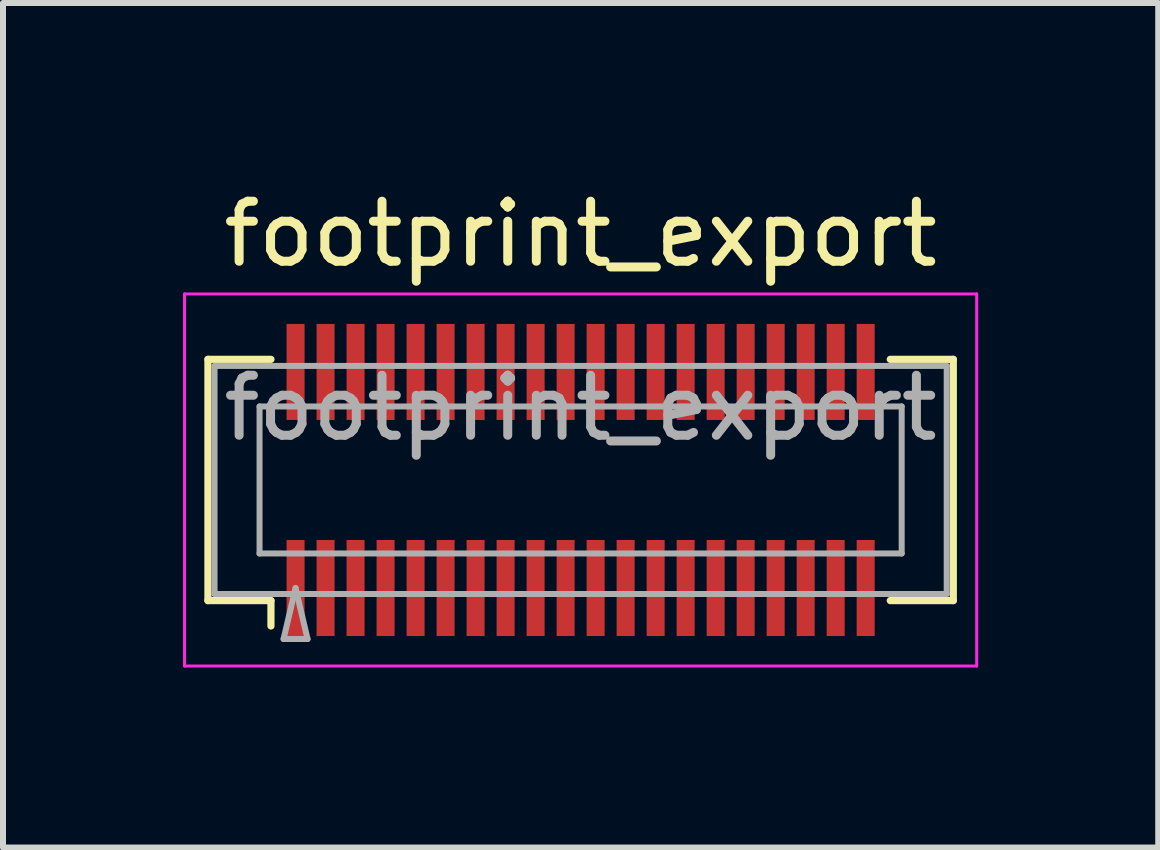
<source format=kicad_pcb>
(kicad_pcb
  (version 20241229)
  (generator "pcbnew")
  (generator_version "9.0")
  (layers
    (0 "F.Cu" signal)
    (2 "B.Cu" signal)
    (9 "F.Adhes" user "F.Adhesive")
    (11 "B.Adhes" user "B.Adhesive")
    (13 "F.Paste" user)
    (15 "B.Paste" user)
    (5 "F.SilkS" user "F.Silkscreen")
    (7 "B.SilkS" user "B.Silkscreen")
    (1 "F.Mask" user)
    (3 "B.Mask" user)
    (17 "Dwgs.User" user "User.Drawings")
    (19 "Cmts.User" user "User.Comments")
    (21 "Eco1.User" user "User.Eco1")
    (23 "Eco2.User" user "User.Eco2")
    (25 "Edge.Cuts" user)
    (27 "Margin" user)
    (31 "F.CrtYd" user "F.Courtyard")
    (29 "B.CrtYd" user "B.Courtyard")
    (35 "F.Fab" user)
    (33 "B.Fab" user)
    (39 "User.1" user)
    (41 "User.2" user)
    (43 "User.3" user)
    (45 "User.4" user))
  (footprint "footprint_export"
    (layer "F.Cu")
    (at 6.625 4.948)
    (property "Reference" "footprint_export" (at 0 -4.1 0) (layer "F.SilkS") (effects (font (size 1 1) (thickness 0.15))))
    (attr smd)
    (fp_line (start -6.21 -2.01) (end -5.16 -2.01) (stroke (width 0.12) (type solid)) (layer "F.SilkS"))
    (fp_line (start -6.21 2.01) (end -6.21 -2.01) (stroke (width 0.12) (type solid)) (layer "F.SilkS"))
    (fp_line (start -5.16 2.01) (end -6.21 2.01) (stroke (width 0.12) (type solid)) (layer "F.SilkS"))
    (fp_line (start -5.16 2.433) (end -5.16 2.01) (stroke (width 0.12) (type solid)) (layer "F.SilkS"))
    (fp_line (start 5.16 2.01) (end 6.21 2.01) (stroke (width 0.12) (type solid)) (layer "F.SilkS"))
    (fp_line (start 6.21 -2.01) (end 5.16 -2.01) (stroke (width 0.12) (type solid)) (layer "F.SilkS"))
    (fp_line (start 6.21 2.01) (end 6.21 -2.01) (stroke (width 0.12) (type solid)) (layer "F.SilkS"))
    (fp_line (start -6.6 -3.1) (end -6.6 3.1) (stroke (width 0.05) (type solid)) (layer "F.CrtYd"))
    (fp_line (start -6.6 3.1) (end 6.6 3.1) (stroke (width 0.05) (type solid)) (layer "F.CrtYd"))
    (fp_line (start 6.6 -3.1) (end -6.6 -3.1) (stroke (width 0.05) (type solid)) (layer "F.CrtYd"))
    (fp_line (start 6.6 3.1) (end 6.6 -3.1) (stroke (width 0.05) (type solid)) (layer "F.CrtYd"))
    (fp_line (start -6.1 -1.9) (end 6.1 -1.9) (stroke (width 0.1) (type solid)) (layer "F.Fab"))
    (fp_line (start -6.1 1.9) (end -6.1 -1.9) (stroke (width 0.1) (type solid)) (layer "F.Fab"))
    (fp_line (start -5.35 -1.225) (end 5.35 -1.225) (stroke (width 0.1) (type solid)) (layer "F.Fab"))
    (fp_line (start -5.35 1.225) (end -5.35 -1.225) (stroke (width 0.1) (type solid)) (layer "F.Fab"))
    (fp_line (start -4.95 2.65) (end -4.75 1.8) (stroke (width 0.1) (type solid)) (layer "F.Fab"))
    (fp_line (start -4.75 1.8) (end -4.55 2.65) (stroke (width 0.1) (type solid)) (layer "F.Fab"))
    (fp_line (start -4.55 2.65) (end -4.95 2.65) (stroke (width 0.1) (type solid)) (layer "F.Fab"))
    (fp_line (start 5.35 -1.225) (end 5.35 1.225) (stroke (width 0.1) (type solid)) (layer "F.Fab"))
    (fp_line (start 5.35 1.225) (end -5.35 1.225) (stroke (width 0.1) (type solid)) (layer "F.Fab"))
    (fp_line (start 6.1 -1.9) (end 6.1 1.9) (stroke (width 0.1) (type solid)) (layer "F.Fab"))
    (fp_line (start 6.1 1.9) (end -6.1 1.9) (stroke (width 0.1) (type solid)) (layer "F.Fab"))
    (fp_text user "${REFERENCE}" (at 0 -1.2 0) (layer "F.Fab") (effects (font (size 1 1) (thickness 0.15))))
    (pad "" smd rect (at -4.75 -2) (size 0.28 1.2) (layers "F.Paste"))
    (pad "" smd rect (at -4.75 2) (size 0.28 1.2) (layers "F.Paste"))
    (pad "" smd rect (at -4.25 -2) (size 0.28 1.2) (layers "F.Paste"))
    (pad "" smd rect (at -4.25 2) (size 0.28 1.2) (layers "F.Paste"))
    (pad "" smd rect (at -3.75 -2) (size 0.28 1.2) (layers "F.Paste"))
    (pad "" smd rect (at -3.75 2) (size 0.28 1.2) (layers "F.Paste"))
    (pad "" smd rect (at -3.25 -2) (size 0.28 1.2) (layers "F.Paste"))
    (pad "" smd rect (at -3.25 2) (size 0.28 1.2) (layers "F.Paste"))
    (pad "" smd rect (at -2.75 -2) (size 0.28 1.2) (layers "F.Paste"))
    (pad "" smd rect (at -2.75 2) (size 0.28 1.2) (layers "F.Paste"))
    (pad "" smd rect (at -2.25 -2) (size 0.28 1.2) (layers "F.Paste"))
    (pad "" smd rect (at -2.25 2) (size 0.28 1.2) (layers "F.Paste"))
    (pad "" smd rect (at -1.75 -2) (size 0.28 1.2) (layers "F.Paste"))
    (pad "" smd rect (at -1.75 2) (size 0.28 1.2) (layers "F.Paste"))
    (pad "" smd rect (at -1.25 -2) (size 0.28 1.2) (layers "F.Paste"))
    (pad "" smd rect (at -1.25 2) (size 0.28 1.2) (layers "F.Paste"))
    (pad "" smd rect (at -0.75 -2) (size 0.28 1.2) (layers "F.Paste"))
    (pad "" smd rect (at -0.75 2) (size 0.28 1.2) (layers "F.Paste"))
    (pad "" smd rect (at -0.25 -2) (size 0.28 1.2) (layers "F.Paste"))
    (pad "" smd rect (at -0.25 2) (size 0.28 1.2) (layers "F.Paste"))
    (pad "" smd rect (at 0.25 -2) (size 0.28 1.2) (layers "F.Paste"))
    (pad "" smd rect (at 0.25 2) (size 0.28 1.2) (layers "F.Paste"))
    (pad "" smd rect (at 0.75 -2) (size 0.28 1.2) (layers "F.Paste"))
    (pad "" smd rect (at 0.75 2) (size 0.28 1.2) (layers "F.Paste"))
    (pad "" smd rect (at 1.25 -2) (size 0.28 1.2) (layers "F.Paste"))
    (pad "" smd rect (at 1.25 2) (size 0.28 1.2) (layers "F.Paste"))
    (pad "" smd rect (at 1.75 -2) (size 0.28 1.2) (layers "F.Paste"))
    (pad "" smd rect (at 1.75 2) (size 0.28 1.2) (layers "F.Paste"))
    (pad "" smd rect (at 2.25 -2) (size 0.28 1.2) (layers "F.Paste"))
    (pad "" smd rect (at 2.25 2) (size 0.28 1.2) (layers "F.Paste"))
    (pad "" smd rect (at 2.75 -2) (size 0.28 1.2) (layers "F.Paste"))
    (pad "" smd rect (at 2.75 2) (size 0.28 1.2) (layers "F.Paste"))
    (pad "" smd rect (at 3.25 -2) (size 0.28 1.2) (layers "F.Paste"))
    (pad "" smd rect (at 3.25 2) (size 0.28 1.2) (layers "F.Paste"))
    (pad "" smd rect (at 3.75 -2) (size 0.28 1.2) (layers "F.Paste"))
    (pad "" smd rect (at 3.75 2) (size 0.28 1.2) (layers "F.Paste"))
    (pad "" smd rect (at 4.25 -2) (size 0.28 1.2) (layers "F.Paste"))
    (pad "" smd rect (at 4.25 2) (size 0.28 1.2) (layers "F.Paste"))
    (pad "" smd rect (at 4.75 -2) (size 0.28 1.2) (layers "F.Paste"))
    (pad "" smd rect (at 4.75 2) (size 0.28 1.2) (layers "F.Paste"))
    (pad "1" smd rect (at -4.75 1.8) (size 0.3 1.6) (layers "F.Cu" "F.Mask"))
    (pad "2" smd rect (at -4.25 1.8) (size 0.3 1.6) (layers "F.Cu" "F.Mask"))
    (pad "3" smd rect (at -3.75 1.8) (size 0.3 1.6) (layers "F.Cu" "F.Mask"))
    (pad "4" smd rect (at -3.25 1.8) (size 0.3 1.6) (layers "F.Cu" "F.Mask"))
    (pad "5" smd rect (at -2.75 1.8) (size 0.3 1.6) (layers "F.Cu" "F.Mask"))
    (pad "6" smd rect (at -2.25 1.8) (size 0.3 1.6) (layers "F.Cu" "F.Mask"))
    (pad "7" smd rect (at -1.75 1.8) (size 0.3 1.6) (layers "F.Cu" "F.Mask"))
    (pad "8" smd rect (at -1.25 1.8) (size 0.3 1.6) (layers "F.Cu" "F.Mask"))
    (pad "9" smd rect (at -0.75 1.8) (size 0.3 1.6) (layers "F.Cu" "F.Mask"))
    (pad "10" smd rect (at -0.25 1.8) (size 0.3 1.6) (layers "F.Cu" "F.Mask"))
    (pad "11" smd rect (at 0.25 1.8) (size 0.3 1.6) (layers "F.Cu" "F.Mask"))
    (pad "12" smd rect (at 0.75 1.8) (size 0.3 1.6) (layers "F.Cu" "F.Mask"))
    (pad "13" smd rect (at 1.25 1.8) (size 0.3 1.6) (layers "F.Cu" "F.Mask"))
    (pad "14" smd rect (at 1.75 1.8) (size 0.3 1.6) (layers "F.Cu" "F.Mask"))
    (pad "15" smd rect (at 2.25 1.8) (size 0.3 1.6) (layers "F.Cu" "F.Mask"))
    (pad "16" smd rect (at 2.75 1.8) (size 0.3 1.6) (layers "F.Cu" "F.Mask"))
    (pad "17" smd rect (at 3.25 1.8) (size 0.3 1.6) (layers "F.Cu" "F.Mask"))
    (pad "18" smd rect (at 3.75 1.8) (size 0.3 1.6) (layers "F.Cu" "F.Mask"))
    (pad "19" smd rect (at 4.25 1.8) (size 0.3 1.6) (layers "F.Cu" "F.Mask"))
    (pad "20" smd rect (at 4.75 1.8) (size 0.3 1.6) (layers "F.Cu" "F.Mask"))
    (pad "21" smd rect (at -4.75 -1.8) (size 0.3 1.6) (layers "F.Cu" "F.Mask"))
    (pad "22" smd rect (at -4.25 -1.8) (size 0.3 1.6) (layers "F.Cu" "F.Mask"))
    (pad "23" smd rect (at -3.75 -1.8) (size 0.3 1.6) (layers "F.Cu" "F.Mask"))
    (pad "24" smd rect (at -3.25 -1.8) (size 0.3 1.6) (layers "F.Cu" "F.Mask"))
    (pad "25" smd rect (at -2.75 -1.8) (size 0.3 1.6) (layers "F.Cu" "F.Mask"))
    (pad "26" smd rect (at -2.25 -1.8) (size 0.3 1.6) (layers "F.Cu" "F.Mask"))
    (pad "27" smd rect (at -1.75 -1.8) (size 0.3 1.6) (layers "F.Cu" "F.Mask"))
    (pad "28" smd rect (at -1.25 -1.8) (size 0.3 1.6) (layers "F.Cu" "F.Mask"))
    (pad "29" smd rect (at -0.75 -1.8) (size 0.3 1.6) (layers "F.Cu" "F.Mask"))
    (pad "30" smd rect (at -0.25 -1.8) (size 0.3 1.6) (layers "F.Cu" "F.Mask"))
    (pad "31" smd rect (at 0.25 -1.8) (size 0.3 1.6) (layers "F.Cu" "F.Mask"))
    (pad "32" smd rect (at 0.75 -1.8) (size 0.3 1.6) (layers "F.Cu" "F.Mask"))
    (pad "33" smd rect (at 1.25 -1.8) (size 0.3 1.6) (layers "F.Cu" "F.Mask"))
    (pad "34" smd rect (at 1.75 -1.8) (size 0.3 1.6) (layers "F.Cu" "F.Mask"))
    (pad "35" smd rect (at 2.25 -1.8) (size 0.3 1.6) (layers "F.Cu" "F.Mask"))
    (pad "36" smd rect (at 2.75 -1.8) (size 0.3 1.6) (layers "F.Cu" "F.Mask"))
    (pad "37" smd rect (at 3.25 -1.8) (size 0.3 1.6) (layers "F.Cu" "F.Mask"))
    (pad "38" smd rect (at 3.75 -1.8) (size 0.3 1.6) (layers "F.Cu" "F.Mask"))
    (pad "39" smd rect (at 4.25 -1.8) (size 0.3 1.6) (layers "F.Cu" "F.Mask"))
    (pad "40" smd rect (at 4.75 -1.8) (size 0.3 1.6) (layers "F.Cu" "F.Mask")))
  (gr_rect
    (start -3 -3)
    (end 16.25 11.073)
    (stroke (width 0.1) (type default))
    (fill no)
    (layer "Edge.Cuts")))
</source>
